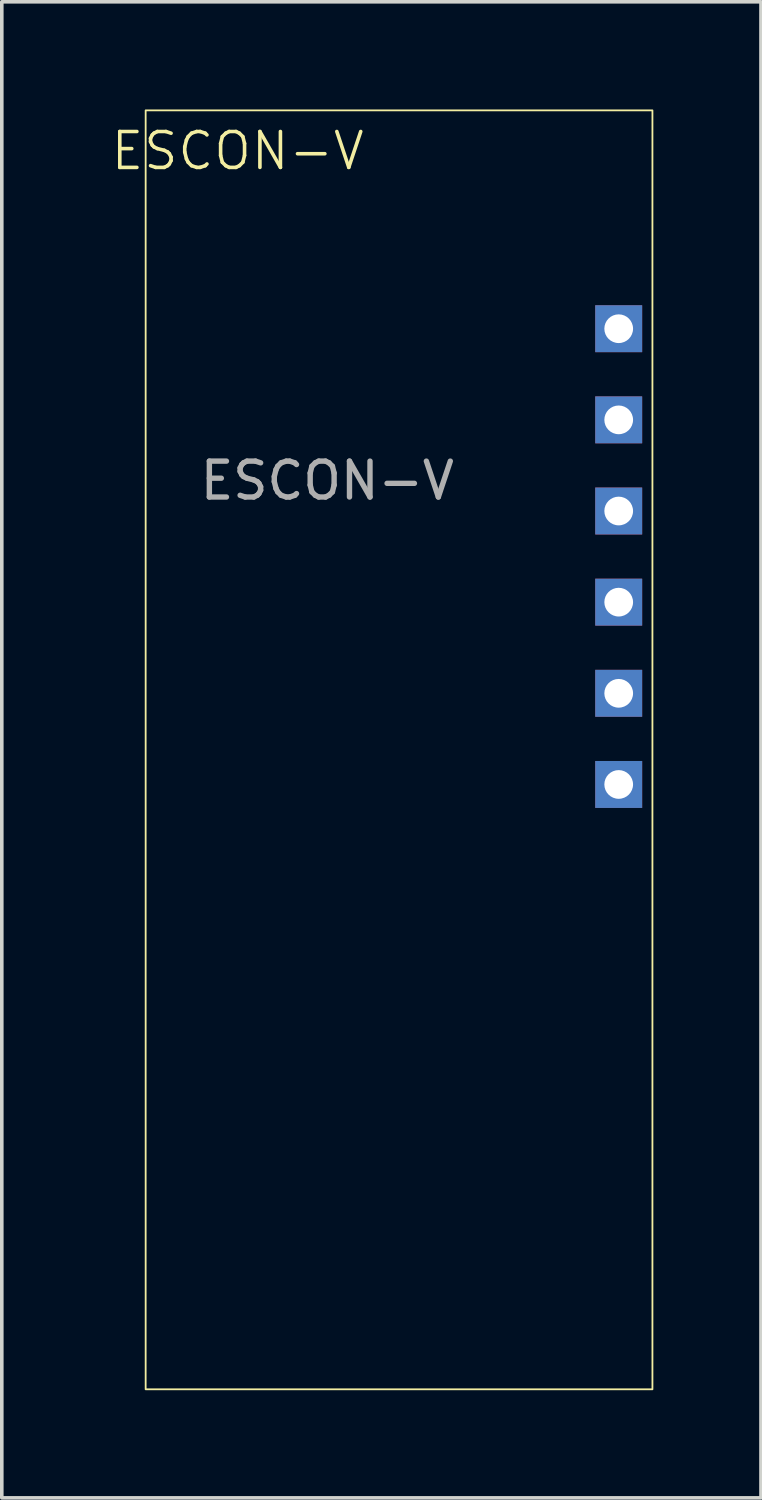
<source format=kicad_pcb>
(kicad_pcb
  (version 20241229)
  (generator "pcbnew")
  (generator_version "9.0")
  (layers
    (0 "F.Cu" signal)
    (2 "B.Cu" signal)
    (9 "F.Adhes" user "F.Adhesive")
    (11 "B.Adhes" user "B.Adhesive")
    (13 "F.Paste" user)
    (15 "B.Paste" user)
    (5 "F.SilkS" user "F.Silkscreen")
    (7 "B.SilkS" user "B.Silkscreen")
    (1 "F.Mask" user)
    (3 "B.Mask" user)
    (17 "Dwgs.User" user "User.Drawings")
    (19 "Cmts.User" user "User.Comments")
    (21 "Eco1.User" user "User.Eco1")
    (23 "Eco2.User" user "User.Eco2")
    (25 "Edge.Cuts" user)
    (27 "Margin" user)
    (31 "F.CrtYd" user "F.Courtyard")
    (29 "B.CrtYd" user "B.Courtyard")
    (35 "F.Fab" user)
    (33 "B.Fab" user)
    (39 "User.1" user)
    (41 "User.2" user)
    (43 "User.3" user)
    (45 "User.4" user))
  (footprint "ESCON-V"
    (layer "F.Cu")
    (at 8.07 17.845)
    (property "Reference" "ESCON-V" (at -4.496 -16.688 0) (unlocked yes) (layer "F.SilkS") (effects (font (size 1 1) (thickness 0.1))))
    (attr through_hole)
    (fp_rect (start -7.061 -17.82) (end 7.061 17.82) (stroke (width 0.05) (type default)) (fill no) (layer "F.SilkS"))
    (fp_text user "${REFERENCE}" (at -2 -7.5 0) (unlocked yes) (layer "F.Fab") (effects (font (size 1 1) (thickness 0.15))))
    (pad "1" thru_hole rect (at 6.121 -1.575 90) (size 1.308 1.308) (drill 0.8) (layers "*.Cu" "*.Mask"))
    (pad "2" thru_hole rect (at 6.121 -4.115 90) (size 1.308 1.308) (drill 0.8) (layers "*.Cu" "*.Mask"))
    (pad "3" thru_hole rect (at 6.121 -6.655 90) (size 1.308 1.308) (drill 0.8) (layers "*.Cu" "*.Mask"))
    (pad "4" thru_hole rect (at 6.121 -9.195 90) (size 1.308 1.308) (drill 0.8) (layers "*.Cu" "*.Mask"))
    (pad "5" thru_hole rect (at 6.121 0.965 90) (size 1.308 1.308) (drill 0.8) (layers "*.Cu" "*.Mask"))
    (pad "6" thru_hole rect (at 6.121 -11.735 90) (size 1.308 1.308) (drill 0.8) (layers "*.Cu" "*.Mask")))
  (gr_rect
    (start -3 -3)
    (end 18.156 38.69)
    (stroke (width 0.1) (type default))
    (fill no)
    (layer "Edge.Cuts")))
</source>
